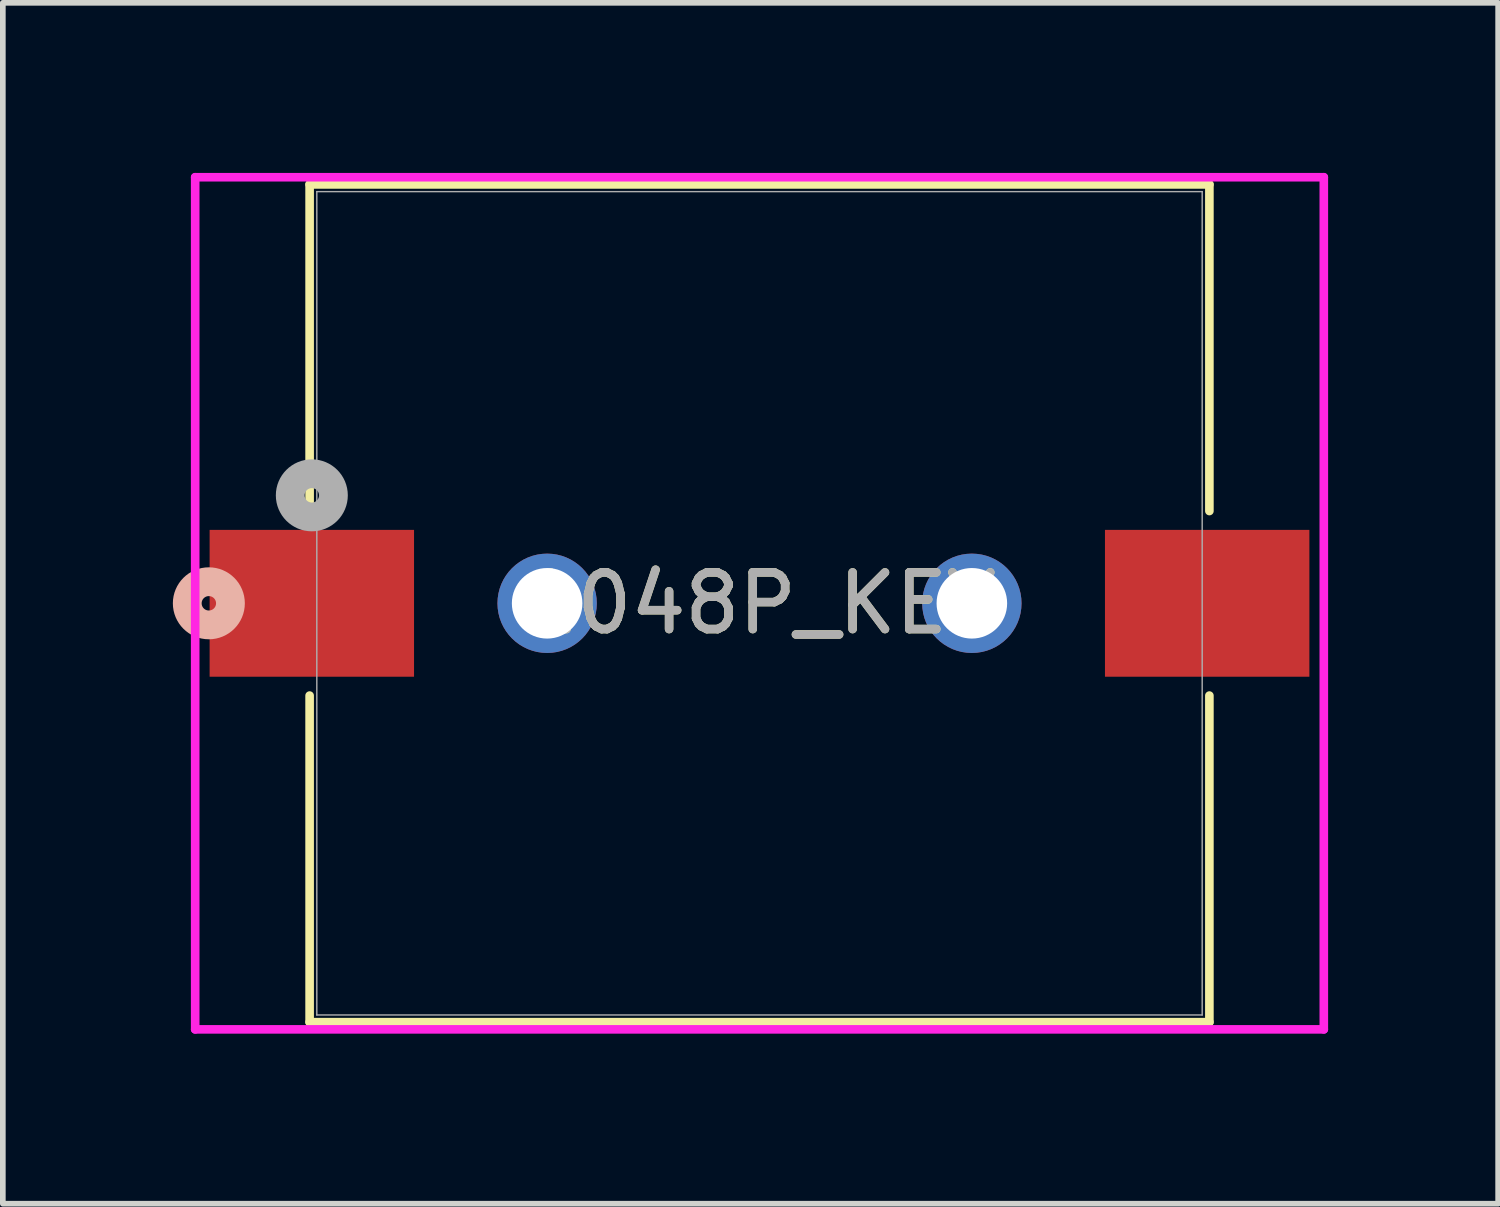
<source format=kicad_pcb>
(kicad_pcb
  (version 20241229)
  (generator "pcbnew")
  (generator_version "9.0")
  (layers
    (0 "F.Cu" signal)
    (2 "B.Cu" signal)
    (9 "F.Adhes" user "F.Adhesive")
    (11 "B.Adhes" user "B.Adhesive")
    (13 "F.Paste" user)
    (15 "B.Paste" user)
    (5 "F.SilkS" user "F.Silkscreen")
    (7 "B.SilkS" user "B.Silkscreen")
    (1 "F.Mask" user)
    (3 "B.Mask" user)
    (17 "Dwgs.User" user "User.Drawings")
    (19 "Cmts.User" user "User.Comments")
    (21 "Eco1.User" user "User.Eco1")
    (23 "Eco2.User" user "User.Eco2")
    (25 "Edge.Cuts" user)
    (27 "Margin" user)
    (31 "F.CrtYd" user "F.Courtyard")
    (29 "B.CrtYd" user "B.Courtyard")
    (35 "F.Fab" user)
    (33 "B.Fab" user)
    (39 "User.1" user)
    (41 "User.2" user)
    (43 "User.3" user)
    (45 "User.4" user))
  (footprint "1048P_KEY"
    (layer "F.Cu")
    (at 10.351 7.595)
    (property "Reference" "1048P_KEY" (at 0 0 0) (unlocked yes) (layer "F.SilkS") (effects (font (size 1 1) (thickness 0.15))))
    (fp_line (start -7.938 -7.391) (end -7.938 -1.628) (stroke (width 0.152) (type solid)) (layer "F.SilkS"))
    (fp_line (start -7.938 1.628) (end -7.938 7.391) (stroke (width 0.152) (type solid)) (layer "F.SilkS"))
    (fp_line (start -7.938 7.391) (end 7.938 7.391) (stroke (width 0.152) (type solid)) (layer "F.SilkS"))
    (fp_line (start 7.938 -7.391) (end -7.938 -7.391) (stroke (width 0.152) (type solid)) (layer "F.SilkS"))
    (fp_line (start 7.938 -1.628) (end 7.938 -7.391) (stroke (width 0.152) (type solid)) (layer "F.SilkS"))
    (fp_line (start 7.938 7.391) (end 7.938 1.628) (stroke (width 0.152) (type solid)) (layer "F.SilkS"))
    (fp_circle (center -9.716 0) (end -9.335 0) (stroke (width 0.508) (type solid)) (fill no) (layer "B.SilkS"))
    (fp_line (start -9.957 -7.518) (end -9.957 7.518) (stroke (width 0.152) (type solid)) (layer "F.CrtYd"))
    (fp_line (start -9.957 7.518) (end 9.957 7.518) (stroke (width 0.152) (type solid)) (layer "F.CrtYd"))
    (fp_line (start 9.957 -7.518) (end -9.957 -7.518) (stroke (width 0.152) (type solid)) (layer "F.CrtYd"))
    (fp_line (start 9.957 7.518) (end 9.957 -7.518) (stroke (width 0.152) (type solid)) (layer "F.CrtYd"))
    (fp_line (start -7.811 -7.264) (end -7.811 7.264) (stroke (width 0.025) (type solid)) (layer "F.Fab"))
    (fp_line (start -7.811 7.264) (end 7.811 7.264) (stroke (width 0.025) (type solid)) (layer "F.Fab"))
    (fp_line (start 7.811 -7.264) (end -7.811 -7.264) (stroke (width 0.025) (type solid)) (layer "F.Fab"))
    (fp_line (start 7.811 7.264) (end 7.811 -7.264) (stroke (width 0.025) (type solid)) (layer "F.Fab"))
    (fp_circle (center -7.899 -1.905) (end -7.518 -1.905) (stroke (width 0.508) (type solid)) (fill no) (layer "F.Fab"))
    (fp_text user "${REFERENCE}" (at 0 0 0) (unlocked yes) (layer "F.Fab") (effects (font (size 1 1) (thickness 0.15))))
    (pad "1" smd rect (at -7.899 0) (size 3.607 2.591) (layers "F.Cu" "F.Mask" "F.Paste"))
    (pad "2" smd rect (at 7.899 0) (size 3.607 2.591) (layers "F.Cu" "F.Mask" "F.Paste"))
    (pad "3" thru_hole circle (at -3.747 0) (size 1.753 1.753) (drill 1.245) (layers "*.Cu" "*.Mask"))
    (pad "4" thru_hole circle (at 3.747 0) (size 1.753 1.753) (drill 1.245) (layers "*.Cu" "*.Mask")))
  (gr_rect
    (start -3 -3)
    (end 23.384 18.189)
    (stroke (width 0.1) (type default))
    (fill no)
    (layer "Edge.Cuts")))
</source>
